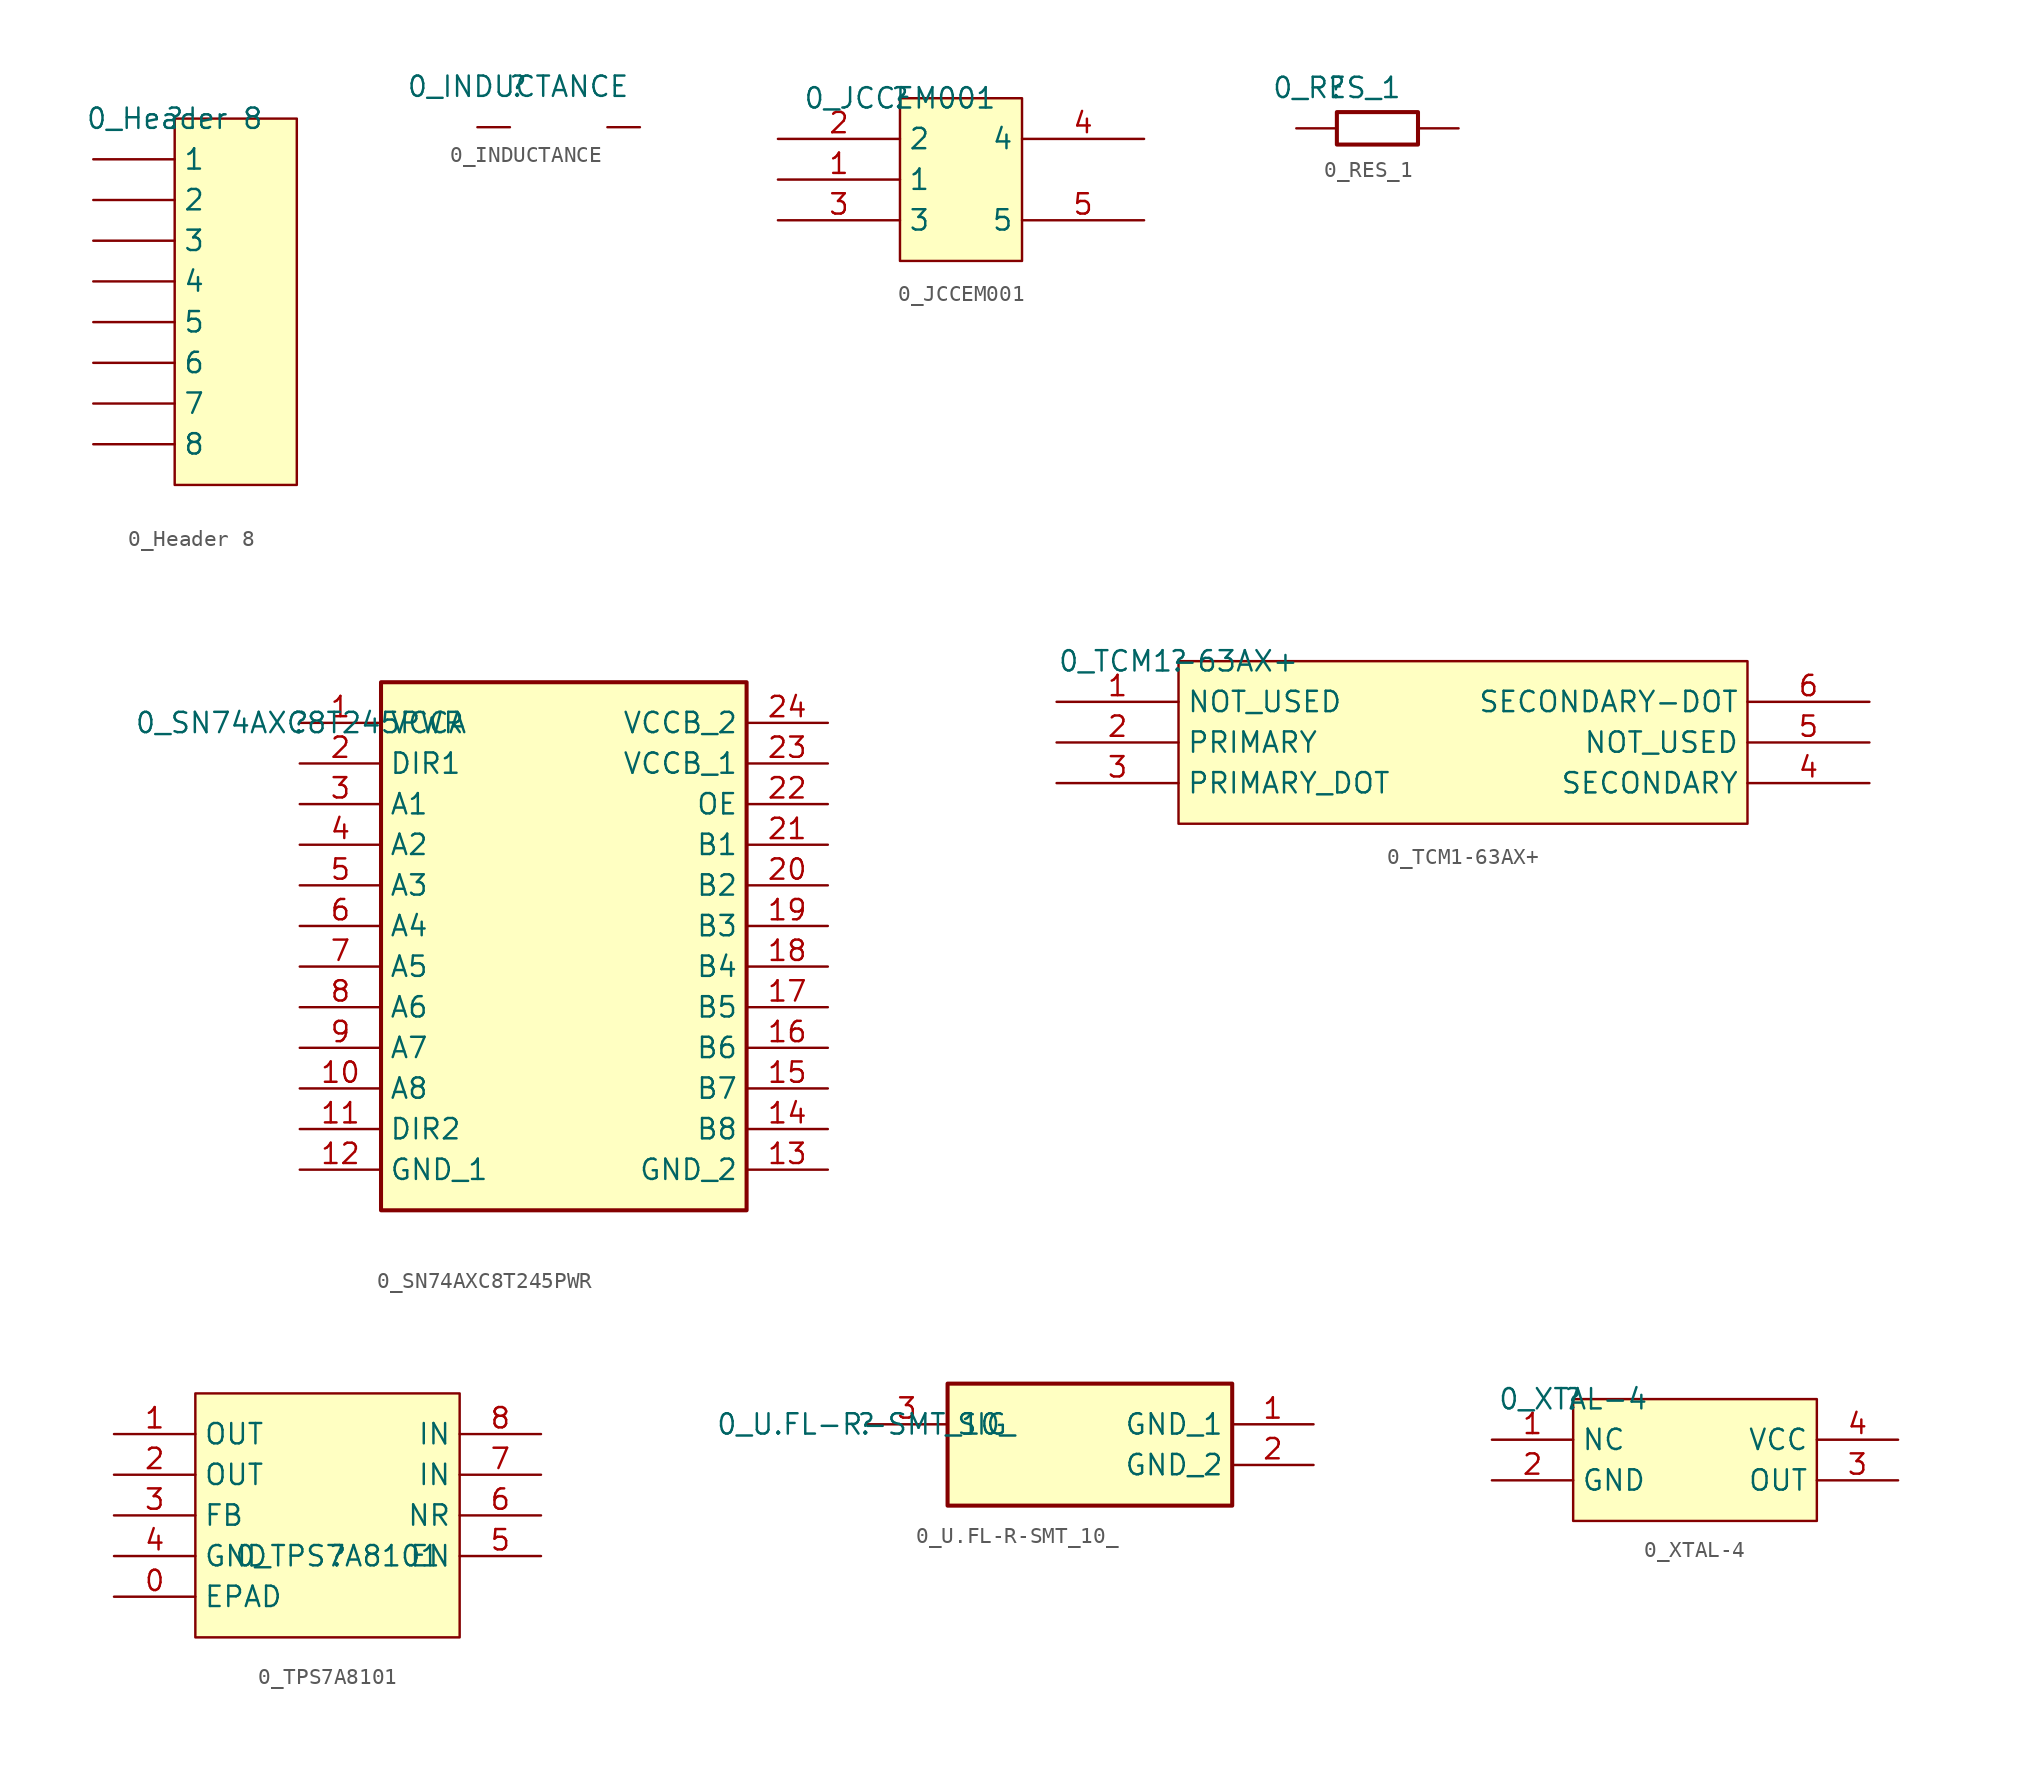
<source format=kicad_sym>
(kicad_symbol_lib
  (version 20211014)
  (generator kicad_symbol_editor)
  (symbol "pynqsdr-altium-import:0_Header 8"
    (property "Reference" ""
      (at 0 0 0)
      (effects (font (size 1.27 1.27))))
    (property "Value" "0_Header 8"
      (at 0 0 0)
      (effects (font (size 1.27 1.27))))
    (symbol "0_Header 8_1_0"
      (rectangle (start 7.62 0) (end 0 -22.86) (stroke (width 0) (type default) (color 0 0 0 0)) (fill (type background)))
      (pin passive line (at -5.08 -20.32 0) (length 5.08) (name "8" (effects (font (size 1.27 1.27)))) (number "8" (effects (font (size 0 0)))))
      (pin passive line (at -5.08 -2.54 0) (length 5.08) (name "1" (effects (font (size 1.27 1.27)))) (number "1" (effects (font (size 0 0)))))
      (pin passive line (at -5.08 -5.08 0) (length 5.08) (name "2" (effects (font (size 1.27 1.27)))) (number "2" (effects (font (size 0 0)))))
      (pin passive line (at -5.08 -7.62 0) (length 5.08) (name "3" (effects (font (size 1.27 1.27)))) (number "3" (effects (font (size 0 0)))))
      (pin passive line (at -5.08 -10.16 0) (length 5.08) (name "4" (effects (font (size 1.27 1.27)))) (number "4" (effects (font (size 0 0)))))
      (pin passive line (at -5.08 -12.7 0) (length 5.08) (name "5" (effects (font (size 1.27 1.27)))) (number "5" (effects (font (size 0 0)))))
      (pin passive line (at -5.08 -15.24 0) (length 5.08) (name "6" (effects (font (size 1.27 1.27)))) (number "6" (effects (font (size 0 0)))))
      (pin passive line (at -5.08 -17.78 0) (length 5.08) (name "7" (effects (font (size 1.27 1.27)))) (number "7" (effects (font (size 0 0)))))))
  (symbol "pynqsdr-altium-import:0_INDUCTANCE"
    (property "Reference" ""
      (at 0 0 0)
      (effects (font (size 1.27 1.27))))
    (property "Value" "0_INDUCTANCE"
      (at 0 0 0)
      (effects (font (size 1.27 1.27))))
    (symbol "0_INDUCTANCE_1_0"
      (pin passive line (at -2.54 -2.54 0) (length 2.032) (name "1" (effects (font (size 0 0)))) (number "1" (effects (font (size 0 0)))))
      (pin passive line (at 7.62 -2.54 180) (length 2.032) (name "2" (effects (font (size 0 0)))) (number "2" (effects (font (size 0 0)))))))
  (symbol "pynqsdr-altium-import:0_JCCEM001"
    (property "Reference" ""
      (at 0 0 0)
      (effects (font (size 1.27 1.27))))
    (property "Value" "0_JCCEM001"
      (at 0 0 0)
      (effects (font (size 1.27 1.27))))
    (symbol "0_JCCEM001_1_0"
      (rectangle (start 7.62 0) (end 0 -10.16) (stroke (width 0) (type default) (color 0 0 0 0)) (fill (type background)))
      (pin passive line (at 15.24 -7.62 180) (length 7.62) (name "5" (effects (font (size 1.27 1.27)))) (number "5" (effects (font (size 1.27 1.27)))))
      (pin passive line (at -7.62 -5.08 0) (length 7.62) (name "1" (effects (font (size 1.27 1.27)))) (number "1" (effects (font (size 1.27 1.27)))))
      (pin passive line (at -7.62 -2.54 0) (length 7.62) (name "2" (effects (font (size 1.27 1.27)))) (number "2" (effects (font (size 1.27 1.27)))))
      (pin passive line (at -7.62 -7.62 0) (length 7.62) (name "3" (effects (font (size 1.27 1.27)))) (number "3" (effects (font (size 1.27 1.27)))))
      (pin passive line (at 15.24 -2.54 180) (length 7.62) (name "4" (effects (font (size 1.27 1.27)))) (number "4" (effects (font (size 1.27 1.27)))))))
  (symbol "pynqsdr-altium-import:0_RES_1"
    (property "Reference" ""
      (at 0 0 0)
      (effects (font (size 1.27 1.27))))
    (property "Value" "0_RES_1"
      (at 0 0 0)
      (effects (font (size 1.27 1.27))))
    (symbol "0_RES_1_1_0"
      (rectangle (start 5.08 -1.524) (end 0 -3.556) (stroke (width 0.254) (type default) (color 0 0 0 0)) (fill (type none)))
      (pin passive line (at -2.54 -2.54 0) (length 2.54) (name "1" (effects (font (size 0 0)))) (number "1" (effects (font (size 0 0)))))
      (pin passive line (at 7.62 -2.54 180) (length 2.54) (name "2" (effects (font (size 0 0)))) (number "2" (effects (font (size 0 0)))))))
  (symbol "pynqsdr-altium-import:0_SN74AXC8T245PWR"
    (property "Reference" ""
      (at 0 0 0)
      (effects (font (size 1.27 1.27))))
    (property "Value" "0_SN74AXC8T245PWR"
      (at 0 0 0)
      (effects (font (size 1.27 1.27))))
    (symbol "0_SN74AXC8T245PWR_1_0"
      (rectangle (start 27.94 2.54) (end 5.08 -30.48) (stroke (width 0.254) (type default) (color 0 0 0 0)) (fill (type background)))
      (pin power_in line (at 33.02 -27.94 180) (length 5.08) (name "GND_2" (effects (font (size 1.27 1.27)))) (number "13" (effects (font (size 1.27 1.27)))))
      (pin power_in line (at 0 0 0) (length 5.08) (name "VCCA" (effects (font (size 1.27 1.27)))) (number "1" (effects (font (size 1.27 1.27)))))
      (pin bidirectional line (at 0 -22.86 0) (length 5.08) (name "A8" (effects (font (size 1.27 1.27)))) (number "10" (effects (font (size 1.27 1.27)))))
      (pin input line (at 0 -25.4 0) (length 5.08) (name "DIR2" (effects (font (size 1.27 1.27)))) (number "11" (effects (font (size 1.27 1.27)))))
      (pin power_in line (at 0 -27.94 0) (length 5.08) (name "GND_1" (effects (font (size 1.27 1.27)))) (number "12" (effects (font (size 1.27 1.27)))))
      (pin bidirectional line (at 33.02 -25.4 180) (length 5.08) (name "B8" (effects (font (size 1.27 1.27)))) (number "14" (effects (font (size 1.27 1.27)))))
      (pin bidirectional line (at 33.02 -22.86 180) (length 5.08) (name "B7" (effects (font (size 1.27 1.27)))) (number "15" (effects (font (size 1.27 1.27)))))
      (pin bidirectional line (at 33.02 -20.32 180) (length 5.08) (name "B6" (effects (font (size 1.27 1.27)))) (number "16" (effects (font (size 1.27 1.27)))))
      (pin bidirectional line (at 33.02 -17.78 180) (length 5.08) (name "B5" (effects (font (size 1.27 1.27)))) (number "17" (effects (font (size 1.27 1.27)))))
      (pin bidirectional line (at 33.02 -15.24 180) (length 5.08) (name "B4" (effects (font (size 1.27 1.27)))) (number "18" (effects (font (size 1.27 1.27)))))
      (pin bidirectional line (at 33.02 -12.7 180) (length 5.08) (name "B3" (effects (font (size 1.27 1.27)))) (number "19" (effects (font (size 1.27 1.27)))))
      (pin input line (at 0 -2.54 0) (length 5.08) (name "DIR1" (effects (font (size 1.27 1.27)))) (number "2" (effects (font (size 1.27 1.27)))))
      (pin bidirectional line (at 33.02 -10.16 180) (length 5.08) (name "B2" (effects (font (size 1.27 1.27)))) (number "20" (effects (font (size 1.27 1.27)))))
      (pin bidirectional line (at 33.02 -7.62 180) (length 5.08) (name "B1" (effects (font (size 1.27 1.27)))) (number "21" (effects (font (size 1.27 1.27)))))
      (pin input line (at 33.02 -5.08 180) (length 5.08) (name "OE" (effects (font (size 1.27 1.27)))) (number "22" (effects (font (size 1.27 1.27)))))
      (pin power_in line (at 33.02 -2.54 180) (length 5.08) (name "VCCB_1" (effects (font (size 1.27 1.27)))) (number "23" (effects (font (size 1.27 1.27)))))
      (pin power_in line (at 33.02 0 180) (length 5.08) (name "VCCB_2" (effects (font (size 1.27 1.27)))) (number "24" (effects (font (size 1.27 1.27)))))
      (pin bidirectional line (at 0 -5.08 0) (length 5.08) (name "A1" (effects (font (size 1.27 1.27)))) (number "3" (effects (font (size 1.27 1.27)))))
      (pin bidirectional line (at 0 -7.62 0) (length 5.08) (name "A2" (effects (font (size 1.27 1.27)))) (number "4" (effects (font (size 1.27 1.27)))))
      (pin bidirectional line (at 0 -10.16 0) (length 5.08) (name "A3" (effects (font (size 1.27 1.27)))) (number "5" (effects (font (size 1.27 1.27)))))
      (pin bidirectional line (at 0 -12.7 0) (length 5.08) (name "A4" (effects (font (size 1.27 1.27)))) (number "6" (effects (font (size 1.27 1.27)))))
      (pin bidirectional line (at 0 -15.24 0) (length 5.08) (name "A5" (effects (font (size 1.27 1.27)))) (number "7" (effects (font (size 1.27 1.27)))))
      (pin bidirectional line (at 0 -17.78 0) (length 5.08) (name "A6" (effects (font (size 1.27 1.27)))) (number "8" (effects (font (size 1.27 1.27)))))
      (pin bidirectional line (at 0 -20.32 0) (length 5.08) (name "A7" (effects (font (size 1.27 1.27)))) (number "9" (effects (font (size 1.27 1.27)))))))
  (symbol "pynqsdr-altium-import:0_TCM1-63AX+"
    (property "Reference" ""
      (at 0 0 0)
      (effects (font (size 1.27 1.27))))
    (property "Value" "0_TCM1-63AX+"
      (at 0 0 0)
      (effects (font (size 1.27 1.27))))
    (symbol "0_TCM1-63AX+_1_0"
      (rectangle (start 35.56 0) (end 0 -10.16) (stroke (width 0) (type default) (color 0 0 0 0)) (fill (type background)))
      (pin passive line (at 43.18 -2.54 180) (length 7.62) (name "SECONDARY-DOT" (effects (font (size 1.27 1.27)))) (number "6" (effects (font (size 1.27 1.27)))))
      (pin passive line (at -7.62 -2.54 0) (length 7.62) (name "NOT_USED" (effects (font (size 1.27 1.27)))) (number "1" (effects (font (size 1.27 1.27)))))
      (pin passive line (at -7.62 -5.08 0) (length 7.62) (name "PRIMARY" (effects (font (size 1.27 1.27)))) (number "2" (effects (font (size 1.27 1.27)))))
      (pin passive line (at -7.62 -7.62 0) (length 7.62) (name "PRIMARY_DOT" (effects (font (size 1.27 1.27)))) (number "3" (effects (font (size 1.27 1.27)))))
      (pin passive line (at 43.18 -7.62 180) (length 7.62) (name "SECONDARY" (effects (font (size 1.27 1.27)))) (number "4" (effects (font (size 1.27 1.27)))))
      (pin passive line (at 43.18 -5.08 180) (length 7.62) (name "NOT_USED" (effects (font (size 1.27 1.27)))) (number "5" (effects (font (size 1.27 1.27)))))))
  (symbol "pynqsdr-altium-import:0_TPS7A8101"
    (property "Reference" ""
      (at 0 0 0)
      (effects (font (size 1.27 1.27))))
    (property "Value" "0_TPS7A8101"
      (at 0 0 0)
      (effects (font (size 1.27 1.27))))
    (symbol "0_TPS7A8101_1_0"
      (rectangle (start 7.62 10.16) (end -8.89 -5.08) (stroke (width 0) (type default) (color 0 0 0 0)) (fill (type background)))
      (pin passive line (at -13.97 -2.54 0) (length 5.08) (name "EPAD" (effects (font (size 1.27 1.27)))) (number "0" (effects (font (size 1.27 1.27)))))
      (pin passive line (at -13.97 7.62 0) (length 5.08) (name "OUT" (effects (font (size 1.27 1.27)))) (number "1" (effects (font (size 1.27 1.27)))))
      (pin passive line (at -13.97 5.08 0) (length 5.08) (name "OUT" (effects (font (size 1.27 1.27)))) (number "2" (effects (font (size 1.27 1.27)))))
      (pin passive line (at -13.97 2.54 0) (length 5.08) (name "FB" (effects (font (size 1.27 1.27)))) (number "3" (effects (font (size 1.27 1.27)))))
      (pin passive line (at -13.97 0 0) (length 5.08) (name "GND" (effects (font (size 1.27 1.27)))) (number "4" (effects (font (size 1.27 1.27)))))
      (pin passive line (at 12.7 0 180) (length 5.08) (name "EN" (effects (font (size 1.27 1.27)))) (number "5" (effects (font (size 1.27 1.27)))))
      (pin passive line (at 12.7 2.54 180) (length 5.08) (name "NR" (effects (font (size 1.27 1.27)))) (number "6" (effects (font (size 1.27 1.27)))))
      (pin passive line (at 12.7 5.08 180) (length 5.08) (name "IN" (effects (font (size 1.27 1.27)))) (number "7" (effects (font (size 1.27 1.27)))))
      (pin passive line (at 12.7 7.62 180) (length 5.08) (name "IN" (effects (font (size 1.27 1.27)))) (number "8" (effects (font (size 1.27 1.27)))))))
  (symbol "pynqsdr-altium-import:0_U.FL-R-SMT_10_"
    (property "Reference" ""
      (at 0 0 0)
      (effects (font (size 1.27 1.27))))
    (property "Value" "0_U.FL-R-SMT_10_"
      (at 0 0 0)
      (effects (font (size 1.27 1.27))))
    (symbol "0_U.FL-R-SMT_10__1_0"
      (rectangle (start 22.86 2.54) (end 5.08 -5.08) (stroke (width 0.254) (type default) (color 0 0 0 0)) (fill (type background)))
      (pin passive line (at 0 0 0) (length 5.08) (name "SIG" (effects (font (size 1.27 1.27)))) (number "3" (effects (font (size 1.27 1.27)))))
      (pin passive line (at 27.94 0 180) (length 5.08) (name "GND_1" (effects (font (size 1.27 1.27)))) (number "1" (effects (font (size 1.27 1.27)))))
      (pin passive line (at 27.94 -2.54 180) (length 5.08) (name "GND_2" (effects (font (size 1.27 1.27)))) (number "2" (effects (font (size 1.27 1.27)))))))
  (symbol "pynqsdr-altium-import:0_XTAL-4"
    (property "Reference" ""
      (at 0 0 0)
      (effects (font (size 1.27 1.27))))
    (property "Value" "0_XTAL-4"
      (at 0 0 0)
      (effects (font (size 1.27 1.27))))
    (symbol "0_XTAL-4_1_0"
      (rectangle (start 15.24 0) (end 0 -7.62) (stroke (width 0) (type default) (color 0 0 0 0)) (fill (type background)))
      (pin power_in line (at 20.32 -2.54 180) (length 5.08) (name "VCC" (effects (font (size 1.27 1.27)))) (number "4" (effects (font (size 1.27 1.27)))))
      (pin passive line (at -5.08 -2.54 0) (length 5.08) (name "NC" (effects (font (size 1.27 1.27)))) (number "1" (effects (font (size 1.27 1.27)))))
      (pin power_in line (at -5.08 -5.08 0) (length 5.08) (name "GND" (effects (font (size 1.27 1.27)))) (number "2" (effects (font (size 1.27 1.27)))))
      (pin output line (at 20.32 -5.08 180) (length 5.08) (name "OUT" (effects (font (size 1.27 1.27)))) (number "3" (effects (font (size 1.27 1.27))))))))
</source>
